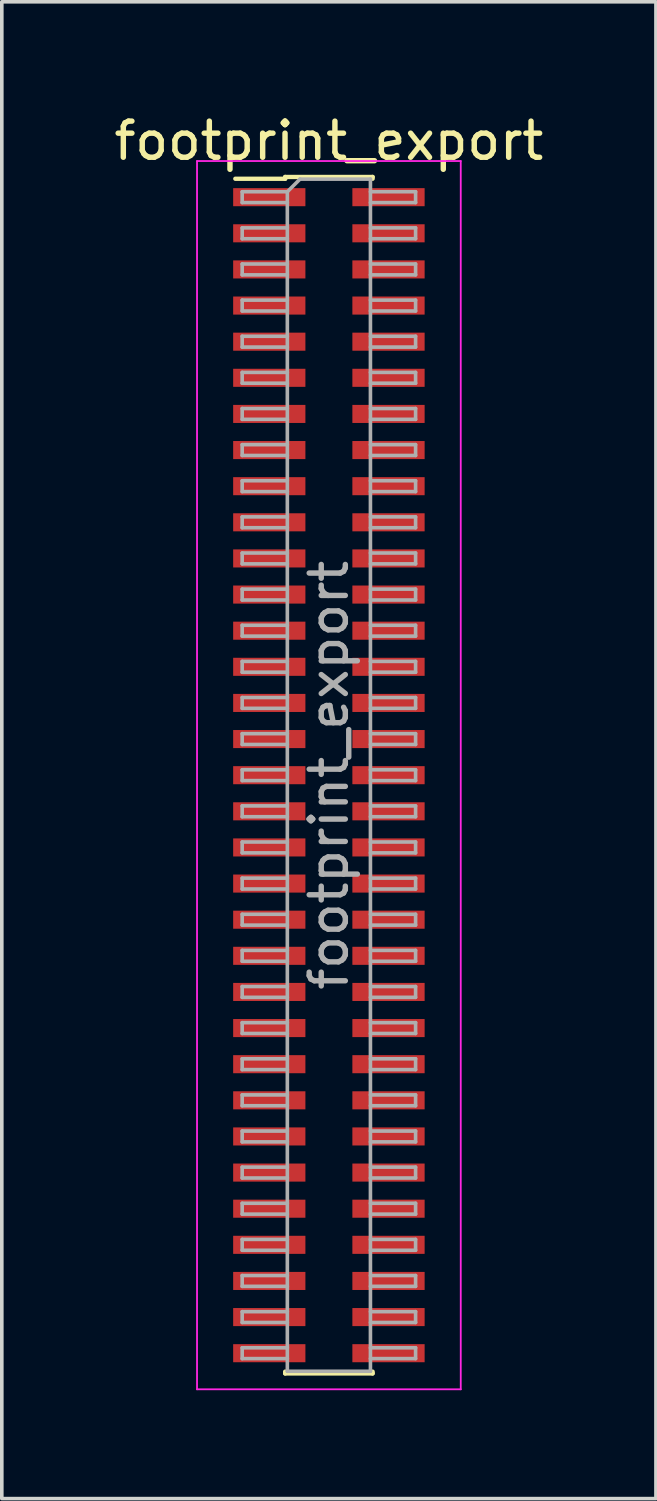
<source format=kicad_pcb>
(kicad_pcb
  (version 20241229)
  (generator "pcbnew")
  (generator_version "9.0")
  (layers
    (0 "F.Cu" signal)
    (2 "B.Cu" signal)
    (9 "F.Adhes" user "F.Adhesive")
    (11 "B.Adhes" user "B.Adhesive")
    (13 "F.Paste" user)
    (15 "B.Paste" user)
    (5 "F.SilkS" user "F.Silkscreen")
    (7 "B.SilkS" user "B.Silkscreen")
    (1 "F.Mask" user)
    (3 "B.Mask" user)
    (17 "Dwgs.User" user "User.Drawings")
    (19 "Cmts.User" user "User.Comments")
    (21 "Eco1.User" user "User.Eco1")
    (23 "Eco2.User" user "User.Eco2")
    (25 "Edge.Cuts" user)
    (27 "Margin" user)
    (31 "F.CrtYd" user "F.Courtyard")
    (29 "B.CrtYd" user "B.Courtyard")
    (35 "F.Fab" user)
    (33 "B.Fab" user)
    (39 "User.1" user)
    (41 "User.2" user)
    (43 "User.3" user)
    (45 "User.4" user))
  (footprint "footprint_export"
    (layer "F.Cu")
    (at 6.054 18.408)
    (property "Reference" "footprint_export" (at 0 -17.56 0) (layer "F.SilkS") (effects (font (size 1 1) (thickness 0.15))))
    (attr smd)
    (fp_line (start -2.59 -16.51) (end -1.21 -16.51) (stroke (width 0.12) (type solid)) (layer "F.SilkS"))
    (fp_line (start -1.21 -16.56) (end -1.21 -16.51) (stroke (width 0.12) (type solid)) (layer "F.SilkS"))
    (fp_line (start -1.21 -16.56) (end 1.21 -16.56) (stroke (width 0.12) (type solid)) (layer "F.SilkS"))
    (fp_line (start -1.21 16.51) (end -1.21 16.56) (stroke (width 0.12) (type solid)) (layer "F.SilkS"))
    (fp_line (start -1.21 16.56) (end 1.21 16.56) (stroke (width 0.12) (type solid)) (layer "F.SilkS"))
    (fp_line (start 1.21 -16.56) (end 1.21 -16.51) (stroke (width 0.12) (type solid)) (layer "F.SilkS"))
    (fp_line (start 1.21 16.51) (end 1.21 16.56) (stroke (width 0.12) (type solid)) (layer "F.SilkS"))
    (fp_line (start -3.65 -17) (end -3.65 17) (stroke (width 0.05) (type solid)) (layer "F.CrtYd"))
    (fp_line (start -3.65 17) (end 3.65 17) (stroke (width 0.05) (type solid)) (layer "F.CrtYd"))
    (fp_line (start 3.65 -17) (end -3.65 -17) (stroke (width 0.05) (type solid)) (layer "F.CrtYd"))
    (fp_line (start 3.65 17) (end 3.65 -17) (stroke (width 0.05) (type solid)) (layer "F.CrtYd"))
    (fp_line (start -2.4 -16.15) (end -2.4 -15.85) (stroke (width 0.1) (type solid)) (layer "F.Fab"))
    (fp_line (start -2.4 -15.85) (end -1.15 -15.85) (stroke (width 0.1) (type solid)) (layer "F.Fab"))
    (fp_line (start -2.4 -15.15) (end -2.4 -14.85) (stroke (width 0.1) (type solid)) (layer "F.Fab"))
    (fp_line (start -2.4 -14.85) (end -1.15 -14.85) (stroke (width 0.1) (type solid)) (layer "F.Fab"))
    (fp_line (start -2.4 -14.15) (end -2.4 -13.85) (stroke (width 0.1) (type solid)) (layer "F.Fab"))
    (fp_line (start -2.4 -13.85) (end -1.15 -13.85) (stroke (width 0.1) (type solid)) (layer "F.Fab"))
    (fp_line (start -2.4 -13.15) (end -2.4 -12.85) (stroke (width 0.1) (type solid)) (layer "F.Fab"))
    (fp_line (start -2.4 -12.85) (end -1.15 -12.85) (stroke (width 0.1) (type solid)) (layer "F.Fab"))
    (fp_line (start -2.4 -12.15) (end -2.4 -11.85) (stroke (width 0.1) (type solid)) (layer "F.Fab"))
    (fp_line (start -2.4 -11.85) (end -1.15 -11.85) (stroke (width 0.1) (type solid)) (layer "F.Fab"))
    (fp_line (start -2.4 -11.15) (end -2.4 -10.85) (stroke (width 0.1) (type solid)) (layer "F.Fab"))
    (fp_line (start -2.4 -10.85) (end -1.15 -10.85) (stroke (width 0.1) (type solid)) (layer "F.Fab"))
    (fp_line (start -2.4 -10.15) (end -2.4 -9.85) (stroke (width 0.1) (type solid)) (layer "F.Fab"))
    (fp_line (start -2.4 -9.85) (end -1.15 -9.85) (stroke (width 0.1) (type solid)) (layer "F.Fab"))
    (fp_line (start -2.4 -9.15) (end -2.4 -8.85) (stroke (width 0.1) (type solid)) (layer "F.Fab"))
    (fp_line (start -2.4 -8.85) (end -1.15 -8.85) (stroke (width 0.1) (type solid)) (layer "F.Fab"))
    (fp_line (start -2.4 -8.15) (end -2.4 -7.85) (stroke (width 0.1) (type solid)) (layer "F.Fab"))
    (fp_line (start -2.4 -7.85) (end -1.15 -7.85) (stroke (width 0.1) (type solid)) (layer "F.Fab"))
    (fp_line (start -2.4 -7.15) (end -2.4 -6.85) (stroke (width 0.1) (type solid)) (layer "F.Fab"))
    (fp_line (start -2.4 -6.85) (end -1.15 -6.85) (stroke (width 0.1) (type solid)) (layer "F.Fab"))
    (fp_line (start -2.4 -6.15) (end -2.4 -5.85) (stroke (width 0.1) (type solid)) (layer "F.Fab"))
    (fp_line (start -2.4 -5.85) (end -1.15 -5.85) (stroke (width 0.1) (type solid)) (layer "F.Fab"))
    (fp_line (start -2.4 -5.15) (end -2.4 -4.85) (stroke (width 0.1) (type solid)) (layer "F.Fab"))
    (fp_line (start -2.4 -4.85) (end -1.15 -4.85) (stroke (width 0.1) (type solid)) (layer "F.Fab"))
    (fp_line (start -2.4 -4.15) (end -2.4 -3.85) (stroke (width 0.1) (type solid)) (layer "F.Fab"))
    (fp_line (start -2.4 -3.85) (end -1.15 -3.85) (stroke (width 0.1) (type solid)) (layer "F.Fab"))
    (fp_line (start -2.4 -3.15) (end -2.4 -2.85) (stroke (width 0.1) (type solid)) (layer "F.Fab"))
    (fp_line (start -2.4 -2.85) (end -1.15 -2.85) (stroke (width 0.1) (type solid)) (layer "F.Fab"))
    (fp_line (start -2.4 -2.15) (end -2.4 -1.85) (stroke (width 0.1) (type solid)) (layer "F.Fab"))
    (fp_line (start -2.4 -1.85) (end -1.15 -1.85) (stroke (width 0.1) (type solid)) (layer "F.Fab"))
    (fp_line (start -2.4 -1.15) (end -2.4 -0.85) (stroke (width 0.1) (type solid)) (layer "F.Fab"))
    (fp_line (start -2.4 -0.85) (end -1.15 -0.85) (stroke (width 0.1) (type solid)) (layer "F.Fab"))
    (fp_line (start -2.4 -0.15) (end -2.4 0.15) (stroke (width 0.1) (type solid)) (layer "F.Fab"))
    (fp_line (start -2.4 0.15) (end -1.15 0.15) (stroke (width 0.1) (type solid)) (layer "F.Fab"))
    (fp_line (start -2.4 0.85) (end -2.4 1.15) (stroke (width 0.1) (type solid)) (layer "F.Fab"))
    (fp_line (start -2.4 1.15) (end -1.15 1.15) (stroke (width 0.1) (type solid)) (layer "F.Fab"))
    (fp_line (start -2.4 1.85) (end -2.4 2.15) (stroke (width 0.1) (type solid)) (layer "F.Fab"))
    (fp_line (start -2.4 2.15) (end -1.15 2.15) (stroke (width 0.1) (type solid)) (layer "F.Fab"))
    (fp_line (start -2.4 2.85) (end -2.4 3.15) (stroke (width 0.1) (type solid)) (layer "F.Fab"))
    (fp_line (start -2.4 3.15) (end -1.15 3.15) (stroke (width 0.1) (type solid)) (layer "F.Fab"))
    (fp_line (start -2.4 3.85) (end -2.4 4.15) (stroke (width 0.1) (type solid)) (layer "F.Fab"))
    (fp_line (start -2.4 4.15) (end -1.15 4.15) (stroke (width 0.1) (type solid)) (layer "F.Fab"))
    (fp_line (start -2.4 4.85) (end -2.4 5.15) (stroke (width 0.1) (type solid)) (layer "F.Fab"))
    (fp_line (start -2.4 5.15) (end -1.15 5.15) (stroke (width 0.1) (type solid)) (layer "F.Fab"))
    (fp_line (start -2.4 5.85) (end -2.4 6.15) (stroke (width 0.1) (type solid)) (layer "F.Fab"))
    (fp_line (start -2.4 6.15) (end -1.15 6.15) (stroke (width 0.1) (type solid)) (layer "F.Fab"))
    (fp_line (start -2.4 6.85) (end -2.4 7.15) (stroke (width 0.1) (type solid)) (layer "F.Fab"))
    (fp_line (start -2.4 7.15) (end -1.15 7.15) (stroke (width 0.1) (type solid)) (layer "F.Fab"))
    (fp_line (start -2.4 7.85) (end -2.4 8.15) (stroke (width 0.1) (type solid)) (layer "F.Fab"))
    (fp_line (start -2.4 8.15) (end -1.15 8.15) (stroke (width 0.1) (type solid)) (layer "F.Fab"))
    (fp_line (start -2.4 8.85) (end -2.4 9.15) (stroke (width 0.1) (type solid)) (layer "F.Fab"))
    (fp_line (start -2.4 9.15) (end -1.15 9.15) (stroke (width 0.1) (type solid)) (layer "F.Fab"))
    (fp_line (start -2.4 9.85) (end -2.4 10.15) (stroke (width 0.1) (type solid)) (layer "F.Fab"))
    (fp_line (start -2.4 10.15) (end -1.15 10.15) (stroke (width 0.1) (type solid)) (layer "F.Fab"))
    (fp_line (start -2.4 10.85) (end -2.4 11.15) (stroke (width 0.1) (type solid)) (layer "F.Fab"))
    (fp_line (start -2.4 11.15) (end -1.15 11.15) (stroke (width 0.1) (type solid)) (layer "F.Fab"))
    (fp_line (start -2.4 11.85) (end -2.4 12.15) (stroke (width 0.1) (type solid)) (layer "F.Fab"))
    (fp_line (start -2.4 12.15) (end -1.15 12.15) (stroke (width 0.1) (type solid)) (layer "F.Fab"))
    (fp_line (start -2.4 12.85) (end -2.4 13.15) (stroke (width 0.1) (type solid)) (layer "F.Fab"))
    (fp_line (start -2.4 13.15) (end -1.15 13.15) (stroke (width 0.1) (type solid)) (layer "F.Fab"))
    (fp_line (start -2.4 13.85) (end -2.4 14.15) (stroke (width 0.1) (type solid)) (layer "F.Fab"))
    (fp_line (start -2.4 14.15) (end -1.15 14.15) (stroke (width 0.1) (type solid)) (layer "F.Fab"))
    (fp_line (start -2.4 14.85) (end -2.4 15.15) (stroke (width 0.1) (type solid)) (layer "F.Fab"))
    (fp_line (start -2.4 15.15) (end -1.15 15.15) (stroke (width 0.1) (type solid)) (layer "F.Fab"))
    (fp_line (start -2.4 15.85) (end -2.4 16.15) (stroke (width 0.1) (type solid)) (layer "F.Fab"))
    (fp_line (start -2.4 16.15) (end -1.15 16.15) (stroke (width 0.1) (type solid)) (layer "F.Fab"))
    (fp_line (start -1.15 -16.15) (end -2.4 -16.15) (stroke (width 0.1) (type solid)) (layer "F.Fab"))
    (fp_line (start -1.15 -16.15) (end -0.8 -16.5) (stroke (width 0.1) (type solid)) (layer "F.Fab"))
    (fp_line (start -1.15 -15.15) (end -2.4 -15.15) (stroke (width 0.1) (type solid)) (layer "F.Fab"))
    (fp_line (start -1.15 -14.15) (end -2.4 -14.15) (stroke (width 0.1) (type solid)) (layer "F.Fab"))
    (fp_line (start -1.15 -13.15) (end -2.4 -13.15) (stroke (width 0.1) (type solid)) (layer "F.Fab"))
    (fp_line (start -1.15 -12.15) (end -2.4 -12.15) (stroke (width 0.1) (type solid)) (layer "F.Fab"))
    (fp_line (start -1.15 -11.15) (end -2.4 -11.15) (stroke (width 0.1) (type solid)) (layer "F.Fab"))
    (fp_line (start -1.15 -10.15) (end -2.4 -10.15) (stroke (width 0.1) (type solid)) (layer "F.Fab"))
    (fp_line (start -1.15 -9.15) (end -2.4 -9.15) (stroke (width 0.1) (type solid)) (layer "F.Fab"))
    (fp_line (start -1.15 -8.15) (end -2.4 -8.15) (stroke (width 0.1) (type solid)) (layer "F.Fab"))
    (fp_line (start -1.15 -7.15) (end -2.4 -7.15) (stroke (width 0.1) (type solid)) (layer "F.Fab"))
    (fp_line (start -1.15 -6.15) (end -2.4 -6.15) (stroke (width 0.1) (type solid)) (layer "F.Fab"))
    (fp_line (start -1.15 -5.15) (end -2.4 -5.15) (stroke (width 0.1) (type solid)) (layer "F.Fab"))
    (fp_line (start -1.15 -4.15) (end -2.4 -4.15) (stroke (width 0.1) (type solid)) (layer "F.Fab"))
    (fp_line (start -1.15 -3.15) (end -2.4 -3.15) (stroke (width 0.1) (type solid)) (layer "F.Fab"))
    (fp_line (start -1.15 -2.15) (end -2.4 -2.15) (stroke (width 0.1) (type solid)) (layer "F.Fab"))
    (fp_line (start -1.15 -1.15) (end -2.4 -1.15) (stroke (width 0.1) (type solid)) (layer "F.Fab"))
    (fp_line (start -1.15 -0.15) (end -2.4 -0.15) (stroke (width 0.1) (type solid)) (layer "F.Fab"))
    (fp_line (start -1.15 0.85) (end -2.4 0.85) (stroke (width 0.1) (type solid)) (layer "F.Fab"))
    (fp_line (start -1.15 1.85) (end -2.4 1.85) (stroke (width 0.1) (type solid)) (layer "F.Fab"))
    (fp_line (start -1.15 2.85) (end -2.4 2.85) (stroke (width 0.1) (type solid)) (layer "F.Fab"))
    (fp_line (start -1.15 3.85) (end -2.4 3.85) (stroke (width 0.1) (type solid)) (layer "F.Fab"))
    (fp_line (start -1.15 4.85) (end -2.4 4.85) (stroke (width 0.1) (type solid)) (layer "F.Fab"))
    (fp_line (start -1.15 5.85) (end -2.4 5.85) (stroke (width 0.1) (type solid)) (layer "F.Fab"))
    (fp_line (start -1.15 6.85) (end -2.4 6.85) (stroke (width 0.1) (type solid)) (layer "F.Fab"))
    (fp_line (start -1.15 7.85) (end -2.4 7.85) (stroke (width 0.1) (type solid)) (layer "F.Fab"))
    (fp_line (start -1.15 8.85) (end -2.4 8.85) (stroke (width 0.1) (type solid)) (layer "F.Fab"))
    (fp_line (start -1.15 9.85) (end -2.4 9.85) (stroke (width 0.1) (type solid)) (layer "F.Fab"))
    (fp_line (start -1.15 10.85) (end -2.4 10.85) (stroke (width 0.1) (type solid)) (layer "F.Fab"))
    (fp_line (start -1.15 11.85) (end -2.4 11.85) (stroke (width 0.1) (type solid)) (layer "F.Fab"))
    (fp_line (start -1.15 12.85) (end -2.4 12.85) (stroke (width 0.1) (type solid)) (layer "F.Fab"))
    (fp_line (start -1.15 13.85) (end -2.4 13.85) (stroke (width 0.1) (type solid)) (layer "F.Fab"))
    (fp_line (start -1.15 14.85) (end -2.4 14.85) (stroke (width 0.1) (type solid)) (layer "F.Fab"))
    (fp_line (start -1.15 15.85) (end -2.4 15.85) (stroke (width 0.1) (type solid)) (layer "F.Fab"))
    (fp_line (start -1.15 16.5) (end -1.15 -16.15) (stroke (width 0.1) (type solid)) (layer "F.Fab"))
    (fp_line (start -0.8 -16.5) (end 1.15 -16.5) (stroke (width 0.1) (type solid)) (layer "F.Fab"))
    (fp_line (start 1.15 -16.5) (end 1.15 16.5) (stroke (width 0.1) (type solid)) (layer "F.Fab"))
    (fp_line (start 1.15 -16.15) (end 2.4 -16.15) (stroke (width 0.1) (type solid)) (layer "F.Fab"))
    (fp_line (start 1.15 -15.15) (end 2.4 -15.15) (stroke (width 0.1) (type solid)) (layer "F.Fab"))
    (fp_line (start 1.15 -14.15) (end 2.4 -14.15) (stroke (width 0.1) (type solid)) (layer "F.Fab"))
    (fp_line (start 1.15 -13.15) (end 2.4 -13.15) (stroke (width 0.1) (type solid)) (layer "F.Fab"))
    (fp_line (start 1.15 -12.15) (end 2.4 -12.15) (stroke (width 0.1) (type solid)) (layer "F.Fab"))
    (fp_line (start 1.15 -11.15) (end 2.4 -11.15) (stroke (width 0.1) (type solid)) (layer "F.Fab"))
    (fp_line (start 1.15 -10.15) (end 2.4 -10.15) (stroke (width 0.1) (type solid)) (layer "F.Fab"))
    (fp_line (start 1.15 -9.15) (end 2.4 -9.15) (stroke (width 0.1) (type solid)) (layer "F.Fab"))
    (fp_line (start 1.15 -8.15) (end 2.4 -8.15) (stroke (width 0.1) (type solid)) (layer "F.Fab"))
    (fp_line (start 1.15 -7.15) (end 2.4 -7.15) (stroke (width 0.1) (type solid)) (layer "F.Fab"))
    (fp_line (start 1.15 -6.15) (end 2.4 -6.15) (stroke (width 0.1) (type solid)) (layer "F.Fab"))
    (fp_line (start 1.15 -5.15) (end 2.4 -5.15) (stroke (width 0.1) (type solid)) (layer "F.Fab"))
    (fp_line (start 1.15 -4.15) (end 2.4 -4.15) (stroke (width 0.1) (type solid)) (layer "F.Fab"))
    (fp_line (start 1.15 -3.15) (end 2.4 -3.15) (stroke (width 0.1) (type solid)) (layer "F.Fab"))
    (fp_line (start 1.15 -2.15) (end 2.4 -2.15) (stroke (width 0.1) (type solid)) (layer "F.Fab"))
    (fp_line (start 1.15 -1.15) (end 2.4 -1.15) (stroke (width 0.1) (type solid)) (layer "F.Fab"))
    (fp_line (start 1.15 -0.15) (end 2.4 -0.15) (stroke (width 0.1) (type solid)) (layer "F.Fab"))
    (fp_line (start 1.15 0.85) (end 2.4 0.85) (stroke (width 0.1) (type solid)) (layer "F.Fab"))
    (fp_line (start 1.15 1.85) (end 2.4 1.85) (stroke (width 0.1) (type solid)) (layer "F.Fab"))
    (fp_line (start 1.15 2.85) (end 2.4 2.85) (stroke (width 0.1) (type solid)) (layer "F.Fab"))
    (fp_line (start 1.15 3.85) (end 2.4 3.85) (stroke (width 0.1) (type solid)) (layer "F.Fab"))
    (fp_line (start 1.15 4.85) (end 2.4 4.85) (stroke (width 0.1) (type solid)) (layer "F.Fab"))
    (fp_line (start 1.15 5.85) (end 2.4 5.85) (stroke (width 0.1) (type solid)) (layer "F.Fab"))
    (fp_line (start 1.15 6.85) (end 2.4 6.85) (stroke (width 0.1) (type solid)) (layer "F.Fab"))
    (fp_line (start 1.15 7.85) (end 2.4 7.85) (stroke (width 0.1) (type solid)) (layer "F.Fab"))
    (fp_line (start 1.15 8.85) (end 2.4 8.85) (stroke (width 0.1) (type solid)) (layer "F.Fab"))
    (fp_line (start 1.15 9.85) (end 2.4 9.85) (stroke (width 0.1) (type solid)) (layer "F.Fab"))
    (fp_line (start 1.15 10.85) (end 2.4 10.85) (stroke (width 0.1) (type solid)) (layer "F.Fab"))
    (fp_line (start 1.15 11.85) (end 2.4 11.85) (stroke (width 0.1) (type solid)) (layer "F.Fab"))
    (fp_line (start 1.15 12.85) (end 2.4 12.85) (stroke (width 0.1) (type solid)) (layer "F.Fab"))
    (fp_line (start 1.15 13.85) (end 2.4 13.85) (stroke (width 0.1) (type solid)) (layer "F.Fab"))
    (fp_line (start 1.15 14.85) (end 2.4 14.85) (stroke (width 0.1) (type solid)) (layer "F.Fab"))
    (fp_line (start 1.15 15.85) (end 2.4 15.85) (stroke (width 0.1) (type solid)) (layer "F.Fab"))
    (fp_line (start 1.15 16.5) (end -1.15 16.5) (stroke (width 0.1) (type solid)) (layer "F.Fab"))
    (fp_line (start 2.4 -16.15) (end 2.4 -15.85) (stroke (width 0.1) (type solid)) (layer "F.Fab"))
    (fp_line (start 2.4 -15.85) (end 1.15 -15.85) (stroke (width 0.1) (type solid)) (layer "F.Fab"))
    (fp_line (start 2.4 -15.15) (end 2.4 -14.85) (stroke (width 0.1) (type solid)) (layer "F.Fab"))
    (fp_line (start 2.4 -14.85) (end 1.15 -14.85) (stroke (width 0.1) (type solid)) (layer "F.Fab"))
    (fp_line (start 2.4 -14.15) (end 2.4 -13.85) (stroke (width 0.1) (type solid)) (layer "F.Fab"))
    (fp_line (start 2.4 -13.85) (end 1.15 -13.85) (stroke (width 0.1) (type solid)) (layer "F.Fab"))
    (fp_line (start 2.4 -13.15) (end 2.4 -12.85) (stroke (width 0.1) (type solid)) (layer "F.Fab"))
    (fp_line (start 2.4 -12.85) (end 1.15 -12.85) (stroke (width 0.1) (type solid)) (layer "F.Fab"))
    (fp_line (start 2.4 -12.15) (end 2.4 -11.85) (stroke (width 0.1) (type solid)) (layer "F.Fab"))
    (fp_line (start 2.4 -11.85) (end 1.15 -11.85) (stroke (width 0.1) (type solid)) (layer "F.Fab"))
    (fp_line (start 2.4 -11.15) (end 2.4 -10.85) (stroke (width 0.1) (type solid)) (layer "F.Fab"))
    (fp_line (start 2.4 -10.85) (end 1.15 -10.85) (stroke (width 0.1) (type solid)) (layer "F.Fab"))
    (fp_line (start 2.4 -10.15) (end 2.4 -9.85) (stroke (width 0.1) (type solid)) (layer "F.Fab"))
    (fp_line (start 2.4 -9.85) (end 1.15 -9.85) (stroke (width 0.1) (type solid)) (layer "F.Fab"))
    (fp_line (start 2.4 -9.15) (end 2.4 -8.85) (stroke (width 0.1) (type solid)) (layer "F.Fab"))
    (fp_line (start 2.4 -8.85) (end 1.15 -8.85) (stroke (width 0.1) (type solid)) (layer "F.Fab"))
    (fp_line (start 2.4 -8.15) (end 2.4 -7.85) (stroke (width 0.1) (type solid)) (layer "F.Fab"))
    (fp_line (start 2.4 -7.85) (end 1.15 -7.85) (stroke (width 0.1) (type solid)) (layer "F.Fab"))
    (fp_line (start 2.4 -7.15) (end 2.4 -6.85) (stroke (width 0.1) (type solid)) (layer "F.Fab"))
    (fp_line (start 2.4 -6.85) (end 1.15 -6.85) (stroke (width 0.1) (type solid)) (layer "F.Fab"))
    (fp_line (start 2.4 -6.15) (end 2.4 -5.85) (stroke (width 0.1) (type solid)) (layer "F.Fab"))
    (fp_line (start 2.4 -5.85) (end 1.15 -5.85) (stroke (width 0.1) (type solid)) (layer "F.Fab"))
    (fp_line (start 2.4 -5.15) (end 2.4 -4.85) (stroke (width 0.1) (type solid)) (layer "F.Fab"))
    (fp_line (start 2.4 -4.85) (end 1.15 -4.85) (stroke (width 0.1) (type solid)) (layer "F.Fab"))
    (fp_line (start 2.4 -4.15) (end 2.4 -3.85) (stroke (width 0.1) (type solid)) (layer "F.Fab"))
    (fp_line (start 2.4 -3.85) (end 1.15 -3.85) (stroke (width 0.1) (type solid)) (layer "F.Fab"))
    (fp_line (start 2.4 -3.15) (end 2.4 -2.85) (stroke (width 0.1) (type solid)) (layer "F.Fab"))
    (fp_line (start 2.4 -2.85) (end 1.15 -2.85) (stroke (width 0.1) (type solid)) (layer "F.Fab"))
    (fp_line (start 2.4 -2.15) (end 2.4 -1.85) (stroke (width 0.1) (type solid)) (layer "F.Fab"))
    (fp_line (start 2.4 -1.85) (end 1.15 -1.85) (stroke (width 0.1) (type solid)) (layer "F.Fab"))
    (fp_line (start 2.4 -1.15) (end 2.4 -0.85) (stroke (width 0.1) (type solid)) (layer "F.Fab"))
    (fp_line (start 2.4 -0.85) (end 1.15 -0.85) (stroke (width 0.1) (type solid)) (layer "F.Fab"))
    (fp_line (start 2.4 -0.15) (end 2.4 0.15) (stroke (width 0.1) (type solid)) (layer "F.Fab"))
    (fp_line (start 2.4 0.15) (end 1.15 0.15) (stroke (width 0.1) (type solid)) (layer "F.Fab"))
    (fp_line (start 2.4 0.85) (end 2.4 1.15) (stroke (width 0.1) (type solid)) (layer "F.Fab"))
    (fp_line (start 2.4 1.15) (end 1.15 1.15) (stroke (width 0.1) (type solid)) (layer "F.Fab"))
    (fp_line (start 2.4 1.85) (end 2.4 2.15) (stroke (width 0.1) (type solid)) (layer "F.Fab"))
    (fp_line (start 2.4 2.15) (end 1.15 2.15) (stroke (width 0.1) (type solid)) (layer "F.Fab"))
    (fp_line (start 2.4 2.85) (end 2.4 3.15) (stroke (width 0.1) (type solid)) (layer "F.Fab"))
    (fp_line (start 2.4 3.15) (end 1.15 3.15) (stroke (width 0.1) (type solid)) (layer "F.Fab"))
    (fp_line (start 2.4 3.85) (end 2.4 4.15) (stroke (width 0.1) (type solid)) (layer "F.Fab"))
    (fp_line (start 2.4 4.15) (end 1.15 4.15) (stroke (width 0.1) (type solid)) (layer "F.Fab"))
    (fp_line (start 2.4 4.85) (end 2.4 5.15) (stroke (width 0.1) (type solid)) (layer "F.Fab"))
    (fp_line (start 2.4 5.15) (end 1.15 5.15) (stroke (width 0.1) (type solid)) (layer "F.Fab"))
    (fp_line (start 2.4 5.85) (end 2.4 6.15) (stroke (width 0.1) (type solid)) (layer "F.Fab"))
    (fp_line (start 2.4 6.15) (end 1.15 6.15) (stroke (width 0.1) (type solid)) (layer "F.Fab"))
    (fp_line (start 2.4 6.85) (end 2.4 7.15) (stroke (width 0.1) (type solid)) (layer "F.Fab"))
    (fp_line (start 2.4 7.15) (end 1.15 7.15) (stroke (width 0.1) (type solid)) (layer "F.Fab"))
    (fp_line (start 2.4 7.85) (end 2.4 8.15) (stroke (width 0.1) (type solid)) (layer "F.Fab"))
    (fp_line (start 2.4 8.15) (end 1.15 8.15) (stroke (width 0.1) (type solid)) (layer "F.Fab"))
    (fp_line (start 2.4 8.85) (end 2.4 9.15) (stroke (width 0.1) (type solid)) (layer "F.Fab"))
    (fp_line (start 2.4 9.15) (end 1.15 9.15) (stroke (width 0.1) (type solid)) (layer "F.Fab"))
    (fp_line (start 2.4 9.85) (end 2.4 10.15) (stroke (width 0.1) (type solid)) (layer "F.Fab"))
    (fp_line (start 2.4 10.15) (end 1.15 10.15) (stroke (width 0.1) (type solid)) (layer "F.Fab"))
    (fp_line (start 2.4 10.85) (end 2.4 11.15) (stroke (width 0.1) (type solid)) (layer "F.Fab"))
    (fp_line (start 2.4 11.15) (end 1.15 11.15) (stroke (width 0.1) (type solid)) (layer "F.Fab"))
    (fp_line (start 2.4 11.85) (end 2.4 12.15) (stroke (width 0.1) (type solid)) (layer "F.Fab"))
    (fp_line (start 2.4 12.15) (end 1.15 12.15) (stroke (width 0.1) (type solid)) (layer "F.Fab"))
    (fp_line (start 2.4 12.85) (end 2.4 13.15) (stroke (width 0.1) (type solid)) (layer "F.Fab"))
    (fp_line (start 2.4 13.15) (end 1.15 13.15) (stroke (width 0.1) (type solid)) (layer "F.Fab"))
    (fp_line (start 2.4 13.85) (end 2.4 14.15) (stroke (width 0.1) (type solid)) (layer "F.Fab"))
    (fp_line (start 2.4 14.15) (end 1.15 14.15) (stroke (width 0.1) (type solid)) (layer "F.Fab"))
    (fp_line (start 2.4 14.85) (end 2.4 15.15) (stroke (width 0.1) (type solid)) (layer "F.Fab"))
    (fp_line (start 2.4 15.15) (end 1.15 15.15) (stroke (width 0.1) (type solid)) (layer "F.Fab"))
    (fp_line (start 2.4 15.85) (end 2.4 16.15) (stroke (width 0.1) (type solid)) (layer "F.Fab"))
    (fp_line (start 2.4 16.15) (end 1.15 16.15) (stroke (width 0.1) (type solid)) (layer "F.Fab"))
    (fp_text user "${REFERENCE}" (at 0 0 90) (layer "F.Fab") (effects (font (size 1 1) (thickness 0.15))))
    (pad "1" smd rect (at -1.65 -16) (size 2 0.5) (layers "F.Cu" "F.Mask" "F.Paste"))
    (pad "2" smd rect (at 1.65 -16) (size 2 0.5) (layers "F.Cu" "F.Mask" "F.Paste"))
    (pad "3" smd rect (at -1.65 -15) (size 2 0.5) (layers "F.Cu" "F.Mask" "F.Paste"))
    (pad "4" smd rect (at 1.65 -15) (size 2 0.5) (layers "F.Cu" "F.Mask" "F.Paste"))
    (pad "5" smd rect (at -1.65 -14) (size 2 0.5) (layers "F.Cu" "F.Mask" "F.Paste"))
    (pad "6" smd rect (at 1.65 -14) (size 2 0.5) (layers "F.Cu" "F.Mask" "F.Paste"))
    (pad "7" smd rect (at -1.65 -13) (size 2 0.5) (layers "F.Cu" "F.Mask" "F.Paste"))
    (pad "8" smd rect (at 1.65 -13) (size 2 0.5) (layers "F.Cu" "F.Mask" "F.Paste"))
    (pad "9" smd rect (at -1.65 -12) (size 2 0.5) (layers "F.Cu" "F.Mask" "F.Paste"))
    (pad "10" smd rect (at 1.65 -12) (size 2 0.5) (layers "F.Cu" "F.Mask" "F.Paste"))
    (pad "11" smd rect (at -1.65 -11) (size 2 0.5) (layers "F.Cu" "F.Mask" "F.Paste"))
    (pad "12" smd rect (at 1.65 -11) (size 2 0.5) (layers "F.Cu" "F.Mask" "F.Paste"))
    (pad "13" smd rect (at -1.65 -10) (size 2 0.5) (layers "F.Cu" "F.Mask" "F.Paste"))
    (pad "14" smd rect (at 1.65 -10) (size 2 0.5) (layers "F.Cu" "F.Mask" "F.Paste"))
    (pad "15" smd rect (at -1.65 -9) (size 2 0.5) (layers "F.Cu" "F.Mask" "F.Paste"))
    (pad "16" smd rect (at 1.65 -9) (size 2 0.5) (layers "F.Cu" "F.Mask" "F.Paste"))
    (pad "17" smd rect (at -1.65 -8) (size 2 0.5) (layers "F.Cu" "F.Mask" "F.Paste"))
    (pad "18" smd rect (at 1.65 -8) (size 2 0.5) (layers "F.Cu" "F.Mask" "F.Paste"))
    (pad "19" smd rect (at -1.65 -7) (size 2 0.5) (layers "F.Cu" "F.Mask" "F.Paste"))
    (pad "20" smd rect (at 1.65 -7) (size 2 0.5) (layers "F.Cu" "F.Mask" "F.Paste"))
    (pad "21" smd rect (at -1.65 -6) (size 2 0.5) (layers "F.Cu" "F.Mask" "F.Paste"))
    (pad "22" smd rect (at 1.65 -6) (size 2 0.5) (layers "F.Cu" "F.Mask" "F.Paste"))
    (pad "23" smd rect (at -1.65 -5) (size 2 0.5) (layers "F.Cu" "F.Mask" "F.Paste"))
    (pad "24" smd rect (at 1.65 -5) (size 2 0.5) (layers "F.Cu" "F.Mask" "F.Paste"))
    (pad "25" smd rect (at -1.65 -4) (size 2 0.5) (layers "F.Cu" "F.Mask" "F.Paste"))
    (pad "26" smd rect (at 1.65 -4) (size 2 0.5) (layers "F.Cu" "F.Mask" "F.Paste"))
    (pad "27" smd rect (at -1.65 -3) (size 2 0.5) (layers "F.Cu" "F.Mask" "F.Paste"))
    (pad "28" smd rect (at 1.65 -3) (size 2 0.5) (layers "F.Cu" "F.Mask" "F.Paste"))
    (pad "29" smd rect (at -1.65 -2) (size 2 0.5) (layers "F.Cu" "F.Mask" "F.Paste"))
    (pad "30" smd rect (at 1.65 -2) (size 2 0.5) (layers "F.Cu" "F.Mask" "F.Paste"))
    (pad "31" smd rect (at -1.65 -1) (size 2 0.5) (layers "F.Cu" "F.Mask" "F.Paste"))
    (pad "32" smd rect (at 1.65 -1) (size 2 0.5) (layers "F.Cu" "F.Mask" "F.Paste"))
    (pad "33" smd rect (at -1.65 0) (size 2 0.5) (layers "F.Cu" "F.Mask" "F.Paste"))
    (pad "34" smd rect (at 1.65 0) (size 2 0.5) (layers "F.Cu" "F.Mask" "F.Paste"))
    (pad "35" smd rect (at -1.65 1) (size 2 0.5) (layers "F.Cu" "F.Mask" "F.Paste"))
    (pad "36" smd rect (at 1.65 1) (size 2 0.5) (layers "F.Cu" "F.Mask" "F.Paste"))
    (pad "37" smd rect (at -1.65 2) (size 2 0.5) (layers "F.Cu" "F.Mask" "F.Paste"))
    (pad "38" smd rect (at 1.65 2) (size 2 0.5) (layers "F.Cu" "F.Mask" "F.Paste"))
    (pad "39" smd rect (at -1.65 3) (size 2 0.5) (layers "F.Cu" "F.Mask" "F.Paste"))
    (pad "40" smd rect (at 1.65 3) (size 2 0.5) (layers "F.Cu" "F.Mask" "F.Paste"))
    (pad "41" smd rect (at -1.65 4) (size 2 0.5) (layers "F.Cu" "F.Mask" "F.Paste"))
    (pad "42" smd rect (at 1.65 4) (size 2 0.5) (layers "F.Cu" "F.Mask" "F.Paste"))
    (pad "43" smd rect (at -1.65 5) (size 2 0.5) (layers "F.Cu" "F.Mask" "F.Paste"))
    (pad "44" smd rect (at 1.65 5) (size 2 0.5) (layers "F.Cu" "F.Mask" "F.Paste"))
    (pad "45" smd rect (at -1.65 6) (size 2 0.5) (layers "F.Cu" "F.Mask" "F.Paste"))
    (pad "46" smd rect (at 1.65 6) (size 2 0.5) (layers "F.Cu" "F.Mask" "F.Paste"))
    (pad "47" smd rect (at -1.65 7) (size 2 0.5) (layers "F.Cu" "F.Mask" "F.Paste"))
    (pad "48" smd rect (at 1.65 7) (size 2 0.5) (layers "F.Cu" "F.Mask" "F.Paste"))
    (pad "49" smd rect (at -1.65 8) (size 2 0.5) (layers "F.Cu" "F.Mask" "F.Paste"))
    (pad "50" smd rect (at 1.65 8) (size 2 0.5) (layers "F.Cu" "F.Mask" "F.Paste"))
    (pad "51" smd rect (at -1.65 9) (size 2 0.5) (layers "F.Cu" "F.Mask" "F.Paste"))
    (pad "52" smd rect (at 1.65 9) (size 2 0.5) (layers "F.Cu" "F.Mask" "F.Paste"))
    (pad "53" smd rect (at -1.65 10) (size 2 0.5) (layers "F.Cu" "F.Mask" "F.Paste"))
    (pad "54" smd rect (at 1.65 10) (size 2 0.5) (layers "F.Cu" "F.Mask" "F.Paste"))
    (pad "55" smd rect (at -1.65 11) (size 2 0.5) (layers "F.Cu" "F.Mask" "F.Paste"))
    (pad "56" smd rect (at 1.65 11) (size 2 0.5) (layers "F.Cu" "F.Mask" "F.Paste"))
    (pad "57" smd rect (at -1.65 12) (size 2 0.5) (layers "F.Cu" "F.Mask" "F.Paste"))
    (pad "58" smd rect (at 1.65 12) (size 2 0.5) (layers "F.Cu" "F.Mask" "F.Paste"))
    (pad "59" smd rect (at -1.65 13) (size 2 0.5) (layers "F.Cu" "F.Mask" "F.Paste"))
    (pad "60" smd rect (at 1.65 13) (size 2 0.5) (layers "F.Cu" "F.Mask" "F.Paste"))
    (pad "61" smd rect (at -1.65 14) (size 2 0.5) (layers "F.Cu" "F.Mask" "F.Paste"))
    (pad "62" smd rect (at 1.65 14) (size 2 0.5) (layers "F.Cu" "F.Mask" "F.Paste"))
    (pad "63" smd rect (at -1.65 15) (size 2 0.5) (layers "F.Cu" "F.Mask" "F.Paste"))
    (pad "64" smd rect (at 1.65 15) (size 2 0.5) (layers "F.Cu" "F.Mask" "F.Paste"))
    (pad "65" smd rect (at -1.65 16) (size 2 0.5) (layers "F.Cu" "F.Mask" "F.Paste"))
    (pad "66" smd rect (at 1.65 16) (size 2 0.5) (layers "F.Cu" "F.Mask" "F.Paste")))
  (gr_rect
    (start -3 -3)
    (end 15.107 38.433)
    (stroke (width 0.1) (type default))
    (fill no)
    (layer "Edge.Cuts")))
</source>
